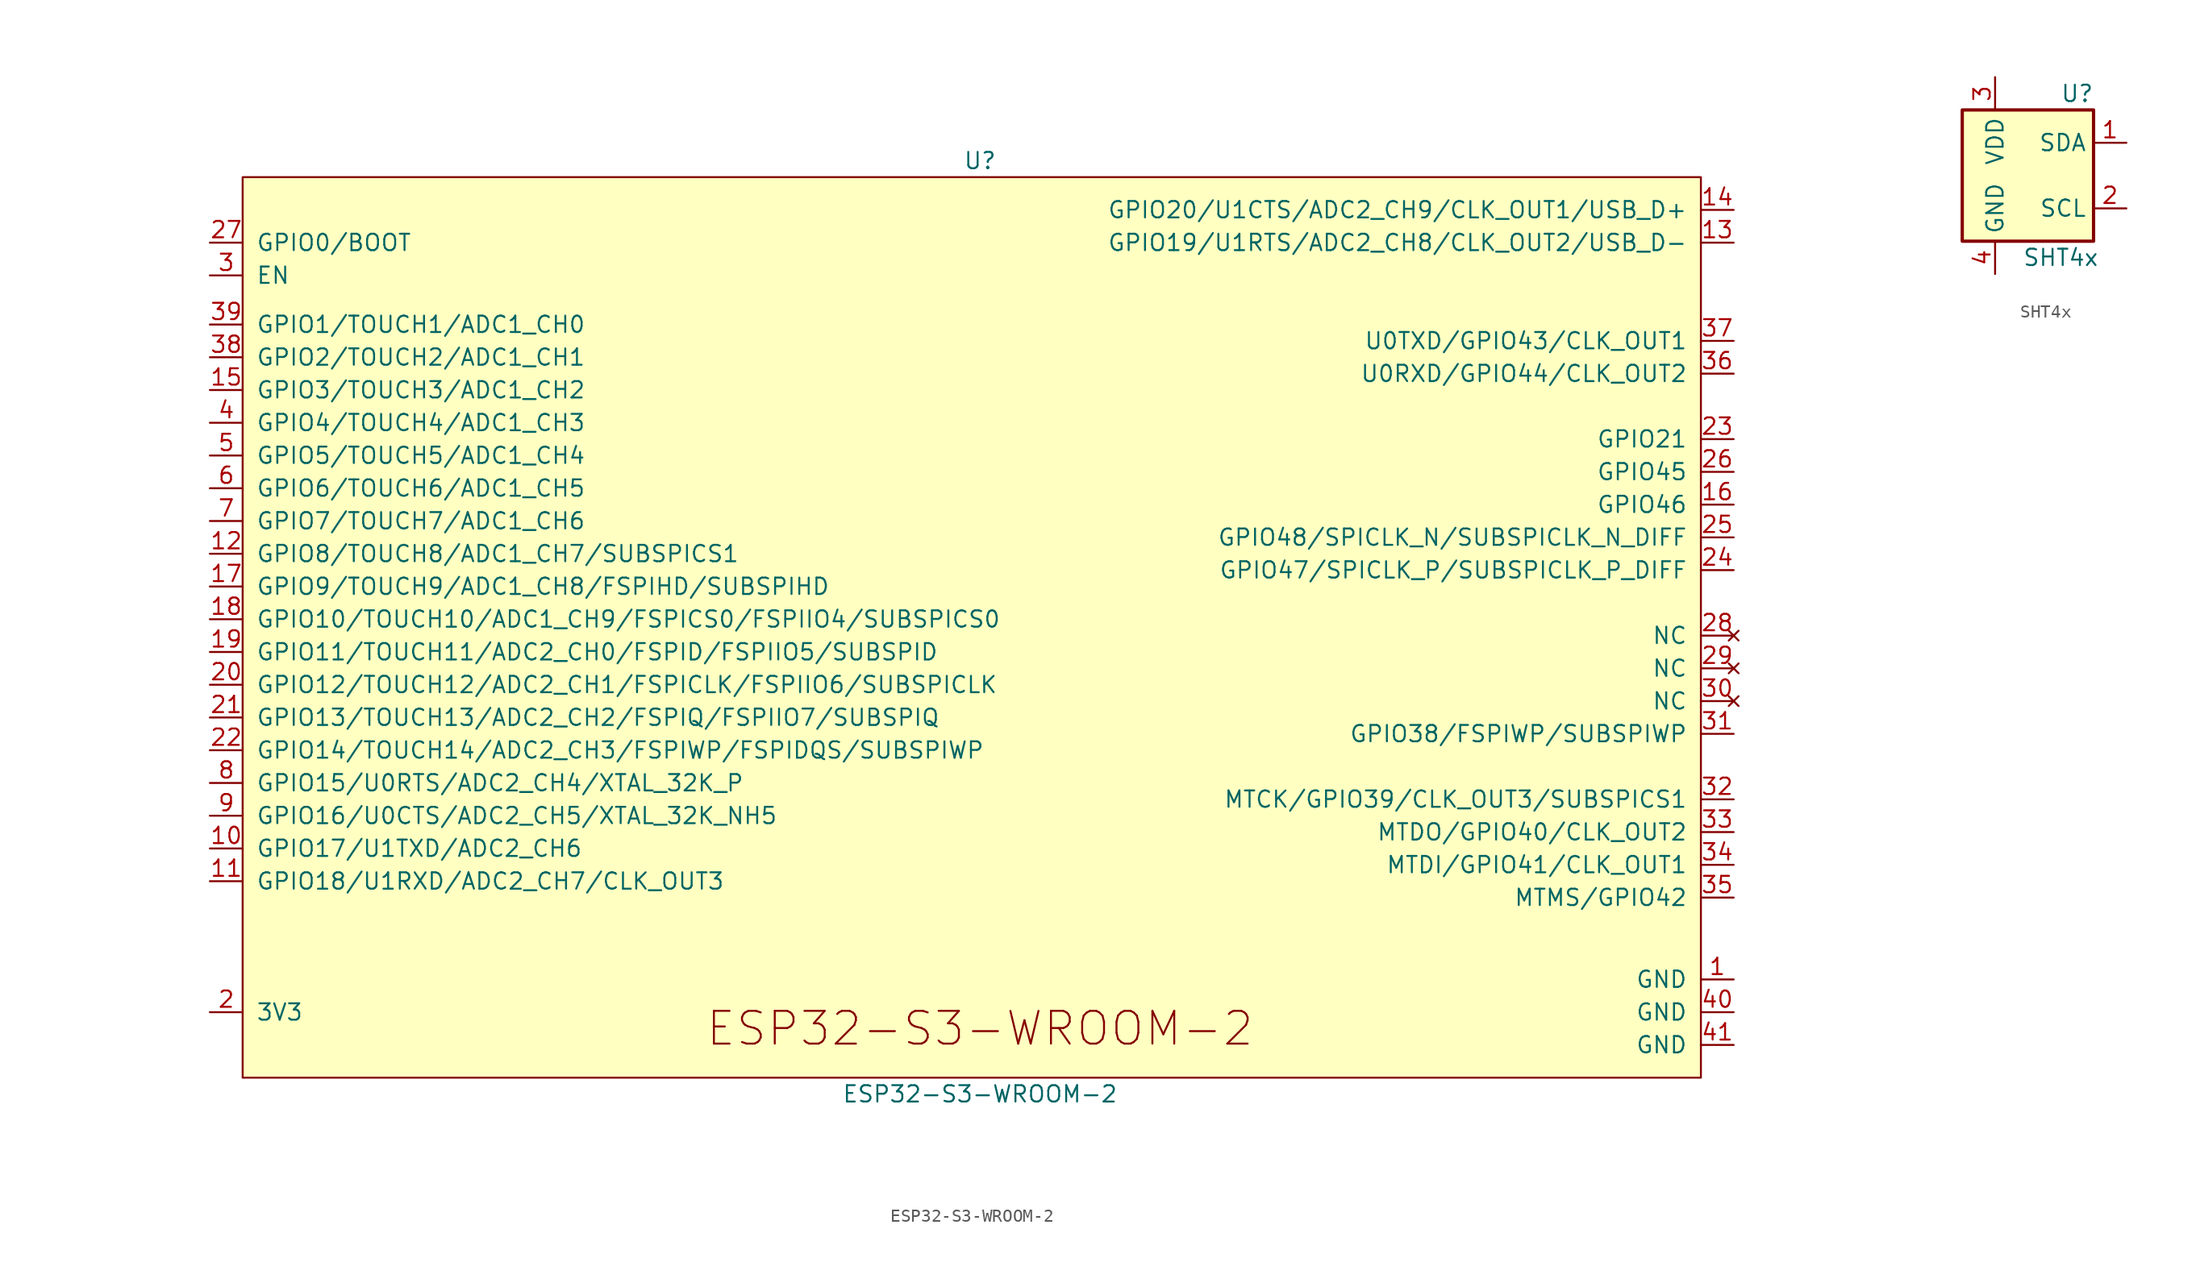
<source format=kicad_sym>
(kicad_symbol_lib
  (version 20241209)
  (generator "kicad_symbol_editor")
  (generator_version "9.0")
  (symbol "ESP32-S3-WROOM-2"
    (pin_names
      (offset 1.016))
    (property "Reference" "U"
      (at 0 35.56 0)
      (effects (font (size 1.27 1.27))))
    (property "Value" "ESP32-S3-WROOM-2"
      (at 0 -36.83 0)
      (effects (font (size 1.27 1.27))))
    (symbol "ESP32-S3-WROOM-2_0_0"
      (rectangle (start -57.15 34.29) (end 55.88 -35.56) (stroke (width 0) (type default)) (fill (type background)))
      (text "ESP32-S3-WROOM-2" (at 0 -31.75 0) (effects (font (size 2.54 2.54))))
      (pin bidirectional line (at -59.69 29.21 0) (length 2.54) (name "GPIO0/BOOT" (effects (font (size 1.27 1.27)))) (number "27" (effects (font (size 1.27 1.27)))))
      (pin input line (at -59.69 26.67 0) (length 2.54) (name "EN" (effects (font (size 1.27 1.27)))) (number "3" (effects (font (size 1.27 1.27)))))
      (pin bidirectional line (at -59.69 22.86 0) (length 2.54) (name "GPIO1/TOUCH1/ADC1_CH0" (effects (font (size 1.27 1.27)))) (number "39" (effects (font (size 1.27 1.27)))))
      (pin bidirectional line (at -59.69 20.32 0) (length 2.54) (name "GPIO2/TOUCH2/ADC1_CH1" (effects (font (size 1.27 1.27)))) (number "38" (effects (font (size 1.27 1.27)))))
      (pin bidirectional line (at -59.69 17.78 0) (length 2.54) (name "GPIO3/TOUCH3/ADC1_CH2" (effects (font (size 1.27 1.27)))) (number "15" (effects (font (size 1.27 1.27)))))
      (pin bidirectional line (at -59.69 15.24 0) (length 2.54) (name "GPIO4/TOUCH4/ADC1_CH3" (effects (font (size 1.27 1.27)))) (number "4" (effects (font (size 1.27 1.27)))))
      (pin bidirectional line (at -59.69 12.7 0) (length 2.54) (name "GPIO5/TOUCH5/ADC1_CH4" (effects (font (size 1.27 1.27)))) (number "5" (effects (font (size 1.27 1.27)))))
      (pin bidirectional line (at -59.69 10.16 0) (length 2.54) (name "GPIO6/TOUCH6/ADC1_CH5" (effects (font (size 1.27 1.27)))) (number "6" (effects (font (size 1.27 1.27)))))
      (pin bidirectional line (at -59.69 7.62 0) (length 2.54) (name "GPIO7/TOUCH7/ADC1_CH6" (effects (font (size 1.27 1.27)))) (number "7" (effects (font (size 1.27 1.27)))))
      (pin bidirectional line (at -59.69 5.08 0) (length 2.54) (name "GPIO8/TOUCH8/ADC1_CH7/SUBSPICS1" (effects (font (size 1.27 1.27)))) (number "12" (effects (font (size 1.27 1.27)))))
      (pin bidirectional line (at -59.69 2.54 0) (length 2.54) (name "GPIO9/TOUCH9/ADC1_CH8/FSPIHD/SUBSPIHD" (effects (font (size 1.27 1.27)))) (number "17" (effects (font (size 1.27 1.27)))))
      (pin bidirectional line (at -59.69 0 0) (length 2.54) (name "GPIO10/TOUCH10/ADC1_CH9/FSPICS0/FSPIIO4/SUBSPICS0" (effects (font (size 1.27 1.27)))) (number "18" (effects (font (size 1.27 1.27)))))
      (pin bidirectional line (at -59.69 -2.54 0) (length 2.54) (name "GPIO11/TOUCH11/ADC2_CH0/FSPID/FSPIIO5/SUBSPID" (effects (font (size 1.27 1.27)))) (number "19" (effects (font (size 1.27 1.27)))))
      (pin bidirectional line (at -59.69 -5.08 0) (length 2.54) (name "GPIO12/TOUCH12/ADC2_CH1/FSPICLK/FSPIIO6/SUBSPICLK" (effects (font (size 1.27 1.27)))) (number "20" (effects (font (size 1.27 1.27)))))
      (pin bidirectional line (at -59.69 -7.62 0) (length 2.54) (name "GPIO13/TOUCH13/ADC2_CH2/FSPIQ/FSPIIO7/SUBSPIQ" (effects (font (size 1.27 1.27)))) (number "21" (effects (font (size 1.27 1.27)))))
      (pin bidirectional line (at -59.69 -10.16 0) (length 2.54) (name "GPIO14/TOUCH14/ADC2_CH3/FSPIWP/FSPIDQS/SUBSPIWP" (effects (font (size 1.27 1.27)))) (number "22" (effects (font (size 1.27 1.27)))))
      (pin bidirectional line (at -59.69 -12.7 0) (length 2.54) (name "GPIO15/U0RTS/ADC2_CH4/XTAL_32K_P" (effects (font (size 1.27 1.27)))) (number "8" (effects (font (size 1.27 1.27)))))
      (pin bidirectional line (at -59.69 -15.24 0) (length 2.54) (name "GPIO16/U0CTS/ADC2_CH5/XTAL_32K_NH5" (effects (font (size 1.27 1.27)))) (number "9" (effects (font (size 1.27 1.27)))))
      (pin bidirectional line (at -59.69 -17.78 0) (length 2.54) (name "GPIO17/U1TXD/ADC2_CH6" (effects (font (size 1.27 1.27)))) (number "10" (effects (font (size 1.27 1.27)))))
      (pin bidirectional line (at -59.69 -20.32 0) (length 2.54) (name "GPIO18/U1RXD/ADC2_CH7/CLK_OUT3" (effects (font (size 1.27 1.27)))) (number "11" (effects (font (size 1.27 1.27)))))
      (pin power_in line (at -59.69 -30.48 0) (length 2.54) (name "3V3" (effects (font (size 1.27 1.27)))) (number "2" (effects (font (size 1.27 1.27)))))
      (pin bidirectional line (at 58.42 31.75 180) (length 2.54) (name "GPIO20/U1CTS/ADC2_CH9/CLK_OUT1/USB_D+" (effects (font (size 1.27 1.27)))) (number "14" (effects (font (size 1.27 1.27)))))
      (pin bidirectional line (at 58.42 29.21 180) (length 2.54) (name "GPIO19/U1RTS/ADC2_CH8/CLK_OUT2/USB_D-" (effects (font (size 1.27 1.27)))) (number "13" (effects (font (size 1.27 1.27)))))
      (pin bidirectional line (at 58.42 21.59 180) (length 2.54) (name "U0TXD/GPIO43/CLK_OUT1" (effects (font (size 1.27 1.27)))) (number "37" (effects (font (size 1.27 1.27)))))
      (pin bidirectional line (at 58.42 19.05 180) (length 2.54) (name "U0RXD/GPIO44/CLK_OUT2" (effects (font (size 1.27 1.27)))) (number "36" (effects (font (size 1.27 1.27)))))
      (pin bidirectional line (at 58.42 13.97 180) (length 2.54) (name "GPIO21" (effects (font (size 1.27 1.27)))) (number "23" (effects (font (size 1.27 1.27)))))
      (pin bidirectional line (at 58.42 11.43 180) (length 2.54) (name "GPIO45" (effects (font (size 1.27 1.27)))) (number "26" (effects (font (size 1.27 1.27)))))
      (pin bidirectional line (at 58.42 8.89 180) (length 2.54) (name "GPIO46" (effects (font (size 1.27 1.27)))) (number "16" (effects (font (size 1.27 1.27)))))
      (pin bidirectional line (at 58.42 6.35 180) (length 2.54) (name "GPIO48/SPICLK_N/SUBSPICLK_N_DIFF" (effects (font (size 1.27 1.27)))) (number "25" (effects (font (size 1.27 1.27)))))
      (pin bidirectional line (at 58.42 3.81 180) (length 2.54) (name "GPIO47/SPICLK_P/SUBSPICLK_P_DIFF" (effects (font (size 1.27 1.27)))) (number "24" (effects (font (size 1.27 1.27)))))
      (pin no_connect line (at 58.42 -1.27 180) (length 2.54) (name "NC" (effects (font (size 1.27 1.27)))) (number "28" (effects (font (size 1.27 1.27)))))
      (pin no_connect line (at 58.42 -3.81 180) (length 2.54) (name "NC" (effects (font (size 1.27 1.27)))) (number "29" (effects (font (size 1.27 1.27)))))
      (pin no_connect line (at 58.42 -6.35 180) (length 2.54) (name "NC" (effects (font (size 1.27 1.27)))) (number "30" (effects (font (size 1.27 1.27)))))
      (pin bidirectional line (at 58.42 -8.89 180) (length 2.54) (name "GPIO38/FSPIWP/SUBSPIWP" (effects (font (size 1.27 1.27)))) (number "31" (effects (font (size 1.27 1.27)))))
      (pin bidirectional line (at 58.42 -13.97 180) (length 2.54) (name "MTCK/GPIO39/CLK_OUT3/SUBSPICS1" (effects (font (size 1.27 1.27)))) (number "32" (effects (font (size 1.27 1.27)))))
      (pin bidirectional line (at 58.42 -16.51 180) (length 2.54) (name "MTDO/GPIO40/CLK_OUT2" (effects (font (size 1.27 1.27)))) (number "33" (effects (font (size 1.27 1.27)))))
      (pin bidirectional line (at 58.42 -19.05 180) (length 2.54) (name "MTDI/GPIO41/CLK_OUT1" (effects (font (size 1.27 1.27)))) (number "34" (effects (font (size 1.27 1.27)))))
      (pin bidirectional line (at 58.42 -21.59 180) (length 2.54) (name "MTMS/GPIO42" (effects (font (size 1.27 1.27)))) (number "35" (effects (font (size 1.27 1.27)))))
      (pin power_in line (at 58.42 -27.94 180) (length 2.54) (name "GND" (effects (font (size 1.27 1.27)))) (number "1" (effects (font (size 1.27 1.27)))))
      (pin power_in line (at 58.42 -30.48 180) (length 2.54) (name "GND" (effects (font (size 1.27 1.27)))) (number "40" (effects (font (size 1.27 1.27)))))
      (pin power_in line (at 58.42 -33.02 180) (length 2.54) (name "GND" (effects (font (size 1.27 1.27)))) (number "41" (effects (font (size 1.27 1.27)))))))
  (symbol "SHT4x"
    (property "Reference" "U"
      (at 3.81 6.35 0)
      (effects (font (size 1.27 1.27))))
    (property "Value" "SHT4x"
      (at 2.54 -6.35 0)
      (effects (font (size 1.27 1.27))))
    (symbol "SHT4x_0_1"
      (rectangle (start -5.08 5.08) (end 5.08 -5.08) (stroke (width 0.254) (type default)) (fill (type background))))
    (symbol "SHT4x_1_1"
      (pin power_in line (at -2.54 7.62 270) (length 2.54) (name "VDD" (effects (font (size 1.27 1.27)))) (number "3" (effects (font (size 1.27 1.27)))))
      (pin power_in line (at -2.54 -7.62 90) (length 2.54) (name "GND" (effects (font (size 1.27 1.27)))) (number "4" (effects (font (size 1.27 1.27)))))
      (pin bidirectional line (at 7.62 2.54 180) (length 2.54) (name "SDA" (effects (font (size 1.27 1.27)))) (number "1" (effects (font (size 1.27 1.27)))))
      (pin input line (at 7.62 -2.54 180) (length 2.54) (name "SCL" (effects (font (size 1.27 1.27)))) (number "2" (effects (font (size 1.27 1.27))))))))
</source>
